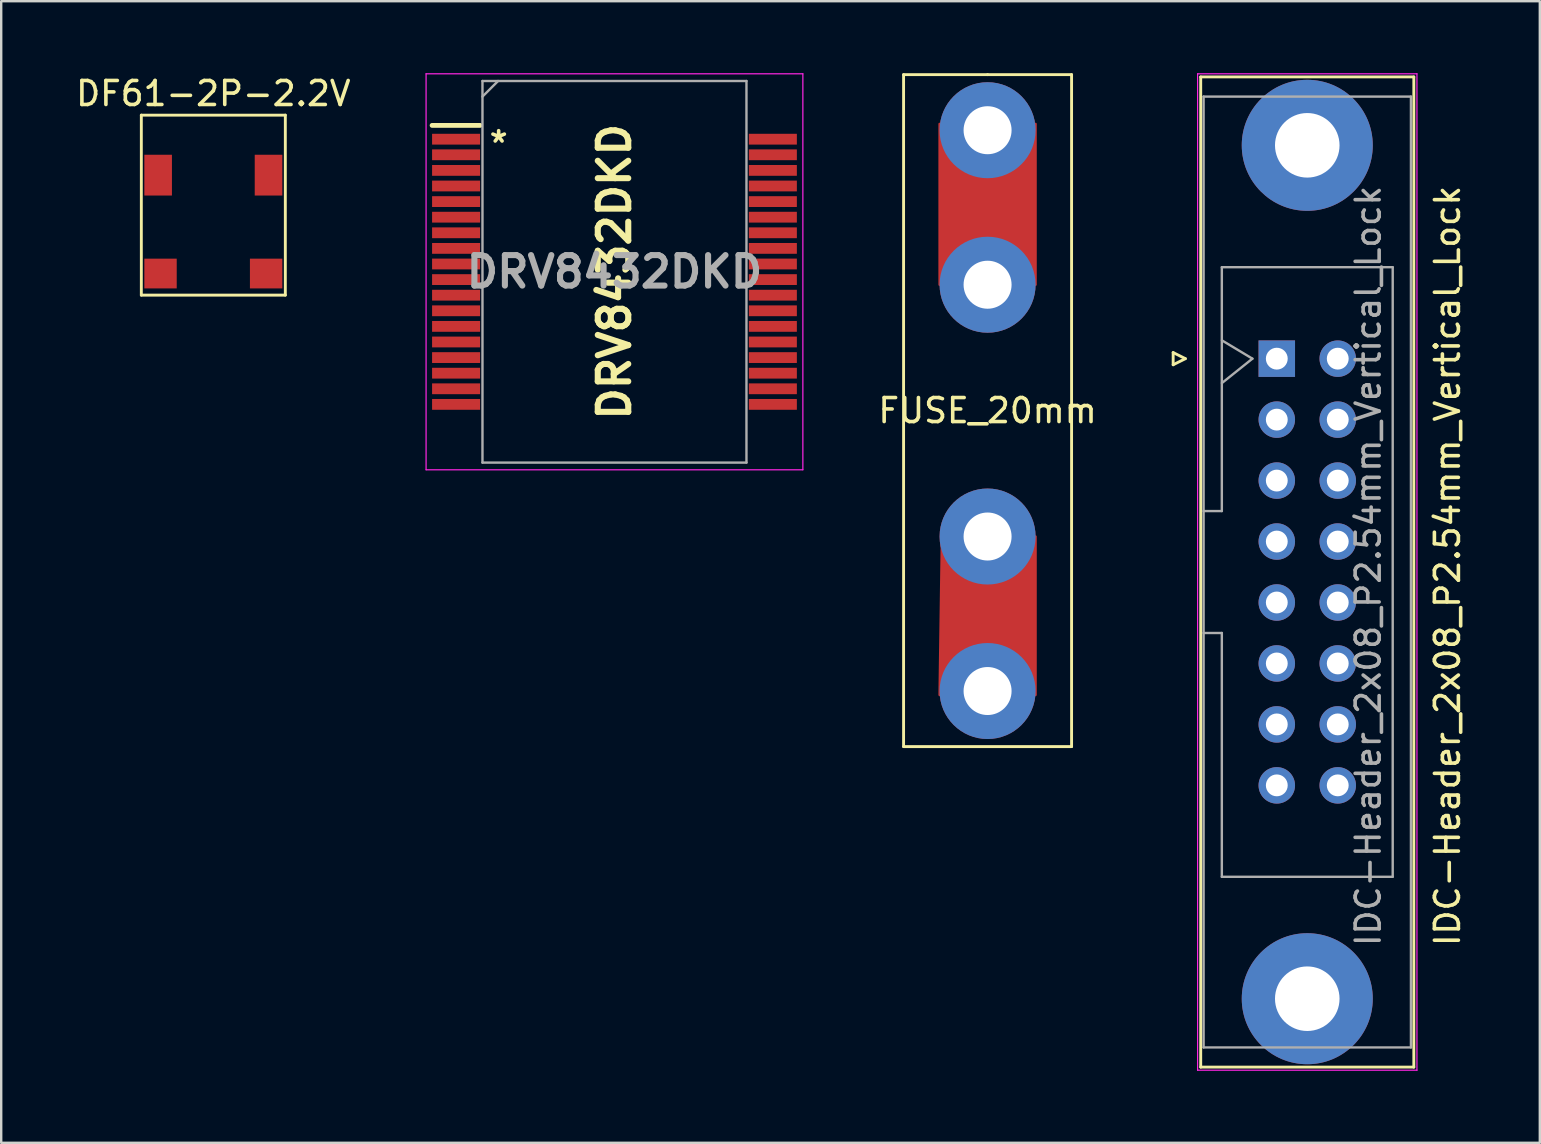
<source format=kicad_pcb>
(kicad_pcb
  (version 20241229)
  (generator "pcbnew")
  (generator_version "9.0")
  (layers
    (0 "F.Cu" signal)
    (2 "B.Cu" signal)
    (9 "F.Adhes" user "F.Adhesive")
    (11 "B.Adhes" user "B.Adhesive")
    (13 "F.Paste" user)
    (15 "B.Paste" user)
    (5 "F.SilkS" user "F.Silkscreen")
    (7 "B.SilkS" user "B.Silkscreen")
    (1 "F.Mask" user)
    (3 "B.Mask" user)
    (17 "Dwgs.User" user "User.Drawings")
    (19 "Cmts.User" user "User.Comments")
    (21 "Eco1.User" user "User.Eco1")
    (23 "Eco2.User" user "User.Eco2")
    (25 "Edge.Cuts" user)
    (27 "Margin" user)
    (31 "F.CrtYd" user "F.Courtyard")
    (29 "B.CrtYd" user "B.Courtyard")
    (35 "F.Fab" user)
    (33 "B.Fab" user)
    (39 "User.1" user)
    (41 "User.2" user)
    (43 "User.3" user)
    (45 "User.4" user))
  (footprint "IDC-Header_2x08_P2.54mm_Vertical_Lock"
    (layer "F.Cu")
    (at 50.152 11.895)
    (property "Reference" "IDC-Header_2x08_P2.54mm_Vertical_Lock" (at 7.112 8.636 270) (layer "F.SilkS") (effects (font (size 1 1) (thickness 0.15))))
    (attr through_hole)
    (fp_line (start -4.318 -0.254) (end -4.318 0.254) (stroke (width 0.12) (type solid)) (layer "F.SilkS"))
    (fp_line (start -4.318 0.254) (end -3.81 0) (stroke (width 0.12) (type solid)) (layer "F.SilkS"))
    (fp_line (start -3.81 0) (end -4.318 -0.254) (stroke (width 0.12) (type solid)) (layer "F.SilkS"))
    (fp_line (start -3.17 29.52) (end -3.17 -11.74) (stroke (width 0.12) (type solid)) (layer "F.SilkS"))
    (fp_line (start -3.17 29.52) (end 5.71 29.52) (stroke (width 0.12) (type solid)) (layer "F.SilkS"))
    (fp_line (start 5.71 -11.74) (end -3.17 -11.74) (stroke (width 0.12) (type solid)) (layer "F.SilkS"))
    (fp_line (start 5.71 -11.74) (end 5.71 29.52) (stroke (width 0.12) (type solid)) (layer "F.SilkS"))
    (fp_line (start -3.3 29.65) (end -3.3 -11.87) (stroke (width 0.05) (type solid)) (layer "F.CrtYd"))
    (fp_line (start -3.3 29.65) (end 5.84 29.65) (stroke (width 0.05) (type solid)) (layer "F.CrtYd"))
    (fp_line (start 5.84 -11.87) (end -3.3 -11.87) (stroke (width 0.05) (type solid)) (layer "F.CrtYd"))
    (fp_line (start 5.84 -11.87) (end 5.84 29.65) (stroke (width 0.05) (type solid)) (layer "F.CrtYd"))
    (fp_line (start -3.05 -10.92) (end 5.59 -10.92) (stroke (width 0.1) (type solid)) (layer "F.Fab"))
    (fp_line (start -3.05 6.35) (end -2.29 6.35) (stroke (width 0.1) (type solid)) (layer "F.Fab"))
    (fp_line (start -3.05 28.7) (end -3.05 -10.92) (stroke (width 0.1) (type solid)) (layer "F.Fab"))
    (fp_line (start -2.29 -3.81) (end 4.83 -3.81) (stroke (width 0.1) (type solid)) (layer "F.Fab"))
    (fp_line (start -2.29 6.35) (end -2.29 -3.81) (stroke (width 0.1) (type solid)) (layer "F.Fab"))
    (fp_line (start -2.29 11.43) (end -3.05 11.43) (stroke (width 0.1) (type solid)) (layer "F.Fab"))
    (fp_line (start -2.29 21.59) (end -2.29 11.43) (stroke (width 0.1) (type solid)) (layer "F.Fab"))
    (fp_line (start -2.286 -0.762) (end -1.016 0) (stroke (width 0.1) (type solid)) (layer "F.Fab"))
    (fp_line (start -1.016 0) (end -2.286 1.016) (stroke (width 0.1) (type solid)) (layer "F.Fab"))
    (fp_line (start 4.83 -3.81) (end 4.83 21.59) (stroke (width 0.1) (type solid)) (layer "F.Fab"))
    (fp_line (start 4.83 21.59) (end -2.29 21.59) (stroke (width 0.1) (type solid)) (layer "F.Fab"))
    (fp_line (start 5.59 -10.92) (end 5.59 28.7) (stroke (width 0.1) (type solid)) (layer "F.Fab"))
    (fp_line (start 5.59 28.7) (end -3.05 28.7) (stroke (width 0.1) (type solid)) (layer "F.Fab"))
    (fp_text user "${REFERENCE}" (at 3.81 8.636 90) (layer "F.Fab") (effects (font (size 1 1) (thickness 0.15))))
    (pad "" thru_hole circle (at 1.27 -8.89 270) (size 5.46 5.46) (drill 2.69) (layers "*.Cu" "*.Mask"))
    (pad "" thru_hole circle (at 1.27 26.67 270) (size 5.46 5.46) (drill 2.69) (layers "*.Cu" "*.Mask"))
    (pad "1" thru_hole rect (at 0 0 270) (size 1.52 1.52) (drill 0.91) (layers "*.Cu" "*.Mask"))
    (pad "2" thru_hole circle (at 2.54 0 270) (size 1.52 1.52) (drill 0.91) (layers "*.Cu" "*.Mask"))
    (pad "3" thru_hole circle (at 0 2.54 270) (size 1.52 1.52) (drill 0.91) (layers "*.Cu" "*.Mask"))
    (pad "4" thru_hole circle (at 2.54 2.54 270) (size 1.52 1.52) (drill 0.91) (layers "*.Cu" "*.Mask"))
    (pad "5" thru_hole circle (at 0 5.08 270) (size 1.52 1.52) (drill 0.91) (layers "*.Cu" "*.Mask"))
    (pad "6" thru_hole circle (at 2.54 5.08 270) (size 1.52 1.52) (drill 0.91) (layers "*.Cu" "*.Mask"))
    (pad "7" thru_hole circle (at 0 7.62 270) (size 1.52 1.52) (drill 0.91) (layers "*.Cu" "*.Mask"))
    (pad "8" thru_hole circle (at 2.54 7.62 270) (size 1.52 1.52) (drill 0.91) (layers "*.Cu" "*.Mask"))
    (pad "9" thru_hole circle (at 0 10.16 270) (size 1.52 1.52) (drill 0.91) (layers "*.Cu" "*.Mask"))
    (pad "10" thru_hole circle (at 2.54 10.16 270) (size 1.52 1.52) (drill 0.91) (layers "*.Cu" "*.Mask"))
    (pad "11" thru_hole circle (at 0 12.7 270) (size 1.52 1.52) (drill 0.91) (layers "*.Cu" "*.Mask"))
    (pad "12" thru_hole circle (at 2.54 12.7 270) (size 1.52 1.52) (drill 0.91) (layers "*.Cu" "*.Mask"))
    (pad "13" thru_hole circle (at 0 15.24 270) (size 1.52 1.52) (drill 0.91) (layers "*.Cu" "*.Mask"))
    (pad "14" thru_hole circle (at 2.54 15.24 270) (size 1.52 1.52) (drill 0.91) (layers "*.Cu" "*.Mask"))
    (pad "15" thru_hole circle (at 0 17.78 270) (size 1.52 1.52) (drill 0.91) (layers "*.Cu" "*.Mask"))
    (pad "16" thru_hole circle (at 2.54 17.78 270) (size 1.52 1.52) (drill 0.91) (layers "*.Cu" "*.Mask")))
  (footprint "DF61-2P-2.2V"
    (layer "F.Cu")
    (at 5.839 6.248)
    (property "Reference" "DF61-2P-2.2V" (at 0 -5.4 0) (layer "F.SilkS") (effects (font (size 1 1) (thickness 0.15))))
    (attr through_hole)
    (fp_line (start -3 -4.5) (end 3 -4.5) (stroke (width 0.12) (type solid)) (layer "F.SilkS"))
    (fp_line (start -3 3) (end -3 -4.5) (stroke (width 0.12) (type solid)) (layer "F.SilkS"))
    (fp_line (start 3 -4.5) (end 3 3) (stroke (width 0.12) (type solid)) (layer "F.SilkS"))
    (fp_line (start 3 3) (end -3 3) (stroke (width 0.12) (type solid)) (layer "F.SilkS"))
    (pad "" smd rect (at -2.2 2.1) (size 1.35 1.24) (layers "F.Cu" "F.Mask" "F.Paste"))
    (pad "" smd rect (at 2.2 2.1) (size 1.35 1.24) (layers "F.Cu" "F.Mask" "F.Paste"))
    (pad "1" smd rect (at -2.3 -2) (size 1.15 1.7) (layers "F.Cu" "F.Mask" "F.Paste"))
    (pad "2" smd rect (at 2.3 -2) (size 1.15 1.7) (layers "F.Cu" "F.Mask" "F.Paste")))
  (footprint "DRV8432DKD"
    (layer "F.Cu")
    (at 22.554 8.275)
    (property "Reference" "DRV8432DKD" (at 0 0 270) (layer "F.SilkS") (effects (font (size 1.27 1.27) (thickness 0.254))))
    (attr smd)
    (fp_line (start -7.6 -6.1) (end -5.6 -6.1) (stroke (width 0.2) (type solid)) (layer "F.SilkS"))
    (fp_line (start -7.85 -8.25) (end 7.85 -8.25) (stroke (width 0.05) (type solid)) (layer "F.CrtYd"))
    (fp_line (start -7.85 8.25) (end -7.85 -8.25) (stroke (width 0.05) (type solid)) (layer "F.CrtYd"))
    (fp_line (start 7.85 -8.25) (end 7.85 8.25) (stroke (width 0.05) (type solid)) (layer "F.CrtYd"))
    (fp_line (start 7.85 8.25) (end -7.85 8.25) (stroke (width 0.05) (type solid)) (layer "F.CrtYd"))
    (fp_line (start -5.5 -7.95) (end 5.5 -7.95) (stroke (width 0.1) (type solid)) (layer "F.Fab"))
    (fp_line (start -5.5 -7.3) (end -4.85 -7.95) (stroke (width 0.1) (type solid)) (layer "F.Fab"))
    (fp_line (start -5.5 7.95) (end -5.5 -7.95) (stroke (width 0.1) (type solid)) (layer "F.Fab"))
    (fp_line (start 5.5 -7.95) (end 5.5 7.95) (stroke (width 0.1) (type solid)) (layer "F.Fab"))
    (fp_line (start 5.5 7.95) (end -5.5 7.95) (stroke (width 0.1) (type solid)) (layer "F.Fab"))
    (fp_text user "*" (at -4.826 -5.334 0) (layer "F.SilkS") (effects (font (size 1 1) (thickness 0.15))))
    (fp_text user "${REFERENCE}" (at 0 0 0) (layer "F.Fab") (effects (font (size 1.27 1.27) (thickness 0.254))))
    (pad "1" smd rect (at -6.6 -5.525 90) (size 0.45 2) (layers "F.Cu" "F.Mask" "F.Paste"))
    (pad "2" smd rect (at -6.6 -4.875 90) (size 0.45 2) (layers "F.Cu" "F.Mask" "F.Paste"))
    (pad "3" smd rect (at -6.6 -4.225 90) (size 0.45 2) (layers "F.Cu" "F.Mask" "F.Paste"))
    (pad "4" smd rect (at -6.6 -3.575 90) (size 0.45 2) (layers "F.Cu" "F.Mask" "F.Paste"))
    (pad "5" smd rect (at -6.6 -2.925 90) (size 0.45 2) (layers "F.Cu" "F.Mask" "F.Paste"))
    (pad "6" smd rect (at -6.6 -2.275 90) (size 0.45 2) (layers "F.Cu" "F.Mask" "F.Paste"))
    (pad "7" smd rect (at -6.6 -1.625 90) (size 0.45 2) (layers "F.Cu" "F.Mask" "F.Paste"))
    (pad "8" smd rect (at -6.6 -0.975 90) (size 0.45 2) (layers "F.Cu" "F.Mask" "F.Paste"))
    (pad "9" smd rect (at -6.6 -0.325 90) (size 0.45 2) (layers "F.Cu" "F.Mask" "F.Paste"))
    (pad "10" smd rect (at -6.6 0.325 90) (size 0.45 2) (layers "F.Cu" "F.Mask" "F.Paste"))
    (pad "11" smd rect (at -6.6 0.975 90) (size 0.45 2) (layers "F.Cu" "F.Mask" "F.Paste"))
    (pad "12" smd rect (at -6.6 1.625 90) (size 0.45 2) (layers "F.Cu" "F.Mask" "F.Paste"))
    (pad "13" smd rect (at -6.6 2.275 90) (size 0.45 2) (layers "F.Cu" "F.Mask" "F.Paste"))
    (pad "14" smd rect (at -6.6 2.925 90) (size 0.45 2) (layers "F.Cu" "F.Mask" "F.Paste"))
    (pad "15" smd rect (at -6.6 3.575 90) (size 0.45 2) (layers "F.Cu" "F.Mask" "F.Paste"))
    (pad "16" smd rect (at -6.6 4.225 90) (size 0.45 2) (layers "F.Cu" "F.Mask" "F.Paste"))
    (pad "17" smd rect (at -6.6 4.875 90) (size 0.45 2) (layers "F.Cu" "F.Mask" "F.Paste"))
    (pad "18" smd rect (at -6.6 5.525 90) (size 0.45 2) (layers "F.Cu" "F.Mask" "F.Paste"))
    (pad "19" smd rect (at 6.6 5.525 90) (size 0.45 2) (layers "F.Cu" "F.Mask" "F.Paste"))
    (pad "20" smd rect (at 6.6 4.875 90) (size 0.45 2) (layers "F.Cu" "F.Mask" "F.Paste"))
    (pad "21" smd rect (at 6.6 4.225 90) (size 0.45 2) (layers "F.Cu" "F.Mask" "F.Paste"))
    (pad "22" smd rect (at 6.6 3.575 90) (size 0.45 2) (layers "F.Cu" "F.Mask" "F.Paste"))
    (pad "23" smd rect (at 6.6 2.925 90) (size 0.45 2) (layers "F.Cu" "F.Mask" "F.Paste"))
    (pad "24" smd rect (at 6.6 2.275 90) (size 0.45 2) (layers "F.Cu" "F.Mask" "F.Paste"))
    (pad "25" smd rect (at 6.6 1.625 90) (size 0.45 2) (layers "F.Cu" "F.Mask" "F.Paste"))
    (pad "26" smd rect (at 6.6 0.975 90) (size 0.45 2) (layers "F.Cu" "F.Mask" "F.Paste"))
    (pad "27" smd rect (at 6.6 0.325 90) (size 0.45 2) (layers "F.Cu" "F.Mask" "F.Paste"))
    (pad "28" smd rect (at 6.6 -0.325 90) (size 0.45 2) (layers "F.Cu" "F.Mask" "F.Paste"))
    (pad "29" smd rect (at 6.6 -0.975 90) (size 0.45 2) (layers "F.Cu" "F.Mask" "F.Paste"))
    (pad "30" smd rect (at 6.6 -1.625 90) (size 0.45 2) (layers "F.Cu" "F.Mask" "F.Paste"))
    (pad "31" smd rect (at 6.6 -2.275 90) (size 0.45 2) (layers "F.Cu" "F.Mask" "F.Paste"))
    (pad "32" smd rect (at 6.6 -2.925 90) (size 0.45 2) (layers "F.Cu" "F.Mask" "F.Paste"))
    (pad "33" smd rect (at 6.6 -3.575 90) (size 0.45 2) (layers "F.Cu" "F.Mask" "F.Paste"))
    (pad "34" smd rect (at 6.6 -4.225 90) (size 0.45 2) (layers "F.Cu" "F.Mask" "F.Paste"))
    (pad "35" smd rect (at 6.6 -4.875 90) (size 0.45 2) (layers "F.Cu" "F.Mask" "F.Paste"))
    (pad "36" smd rect (at 6.6 -5.525 90) (size 0.45 2) (layers "F.Cu" "F.Mask" "F.Paste")))
  (footprint "FUSE_20mm"
    (layer "F.Cu")
    (at 38.101 14.06)
    (property "Reference" "FUSE_20mm" (at 0 0 0) (layer "F.SilkS") (effects (font (size 1 1) (thickness 0.15))))
    (attr through_hole)
    (fp_poly (pts (xy -2 -11.946) (xy 2 -11.946) (xy 2 -5.246) (xy -2 -5.246)) (stroke (width 0.1) (type solid)) (fill yes) (layer "F.Cu"))
    (fp_poly (pts (xy -1.9 5.046) (xy 2 5.246) (xy 2 11.846) (xy -2 11.846)) (stroke (width 0.1) (type solid)) (fill yes) (layer "F.Cu"))
    (fp_line (start -3.5 -14) (end 0 -14) (stroke (width 0.12) (type solid)) (layer "F.SilkS"))
    (fp_line (start -3.5 14) (end -3.5 -14) (stroke (width 0.12) (type solid)) (layer "F.SilkS"))
    (fp_line (start 0 -14) (end 3.5 -14) (stroke (width 0.12) (type solid)) (layer "F.SilkS"))
    (fp_line (start 3.5 -14) (end 3.5 14) (stroke (width 0.12) (type solid)) (layer "F.SilkS"))
    (fp_line (start 3.5 14) (end -3.5 14) (stroke (width 0.12) (type solid)) (layer "F.SilkS"))
    (pad "" thru_hole circle (at 0 -5.246) (size 4 4) (drill 2) (layers "*.Cu" "*.Mask"))
    (pad "" thru_hole circle (at 0 5.246) (size 4 4) (drill 2) (layers "*.Cu" "*.Mask"))
    (pad "1" thru_hole circle (at 0 -11.684) (size 4 4) (drill 2) (layers "*.Cu" "*.Mask"))
    (pad "2" thru_hole circle (at 0 11.684) (size 4 4) (drill 2) (layers "*.Cu" "*.Mask")))
  (gr_rect
    (start -3 -3)
    (end 61.112 44.57)
    (stroke (width 0.1) (type default))
    (fill no)
    (layer "Edge.Cuts")))
</source>
